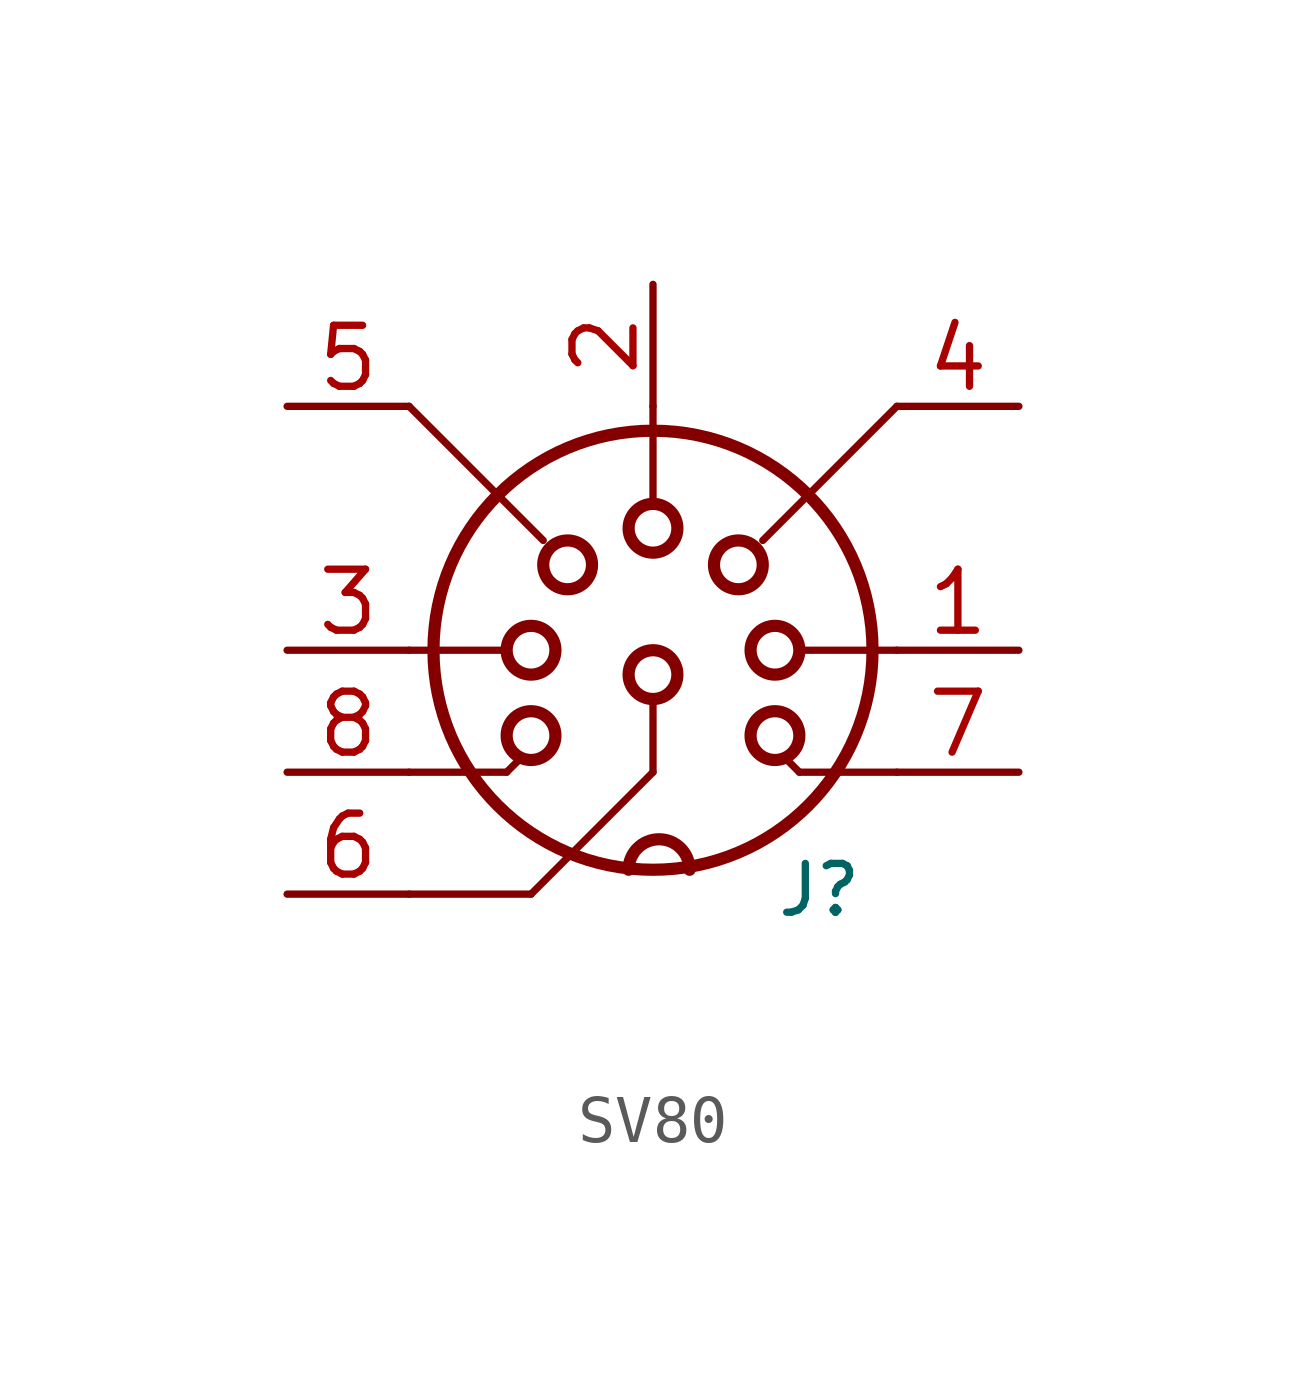
<source format=kicad_sym>
(kicad_symbol_lib
  (version 20220914)
  (generator kicad_symbol_editor)
  (symbol "SV80"
    (property "Reference" "J"
      (at 2.54 -5.588 0)
      (effects (font (size 1.016 1.016)) (justify left bottom)))
    (property "Value" ""
      (at 2.54 -7.366 0)
      (effects (font (size 1.016 1.016)) (justify left bottom)))
    (property "ki_locked" ""
      (at 0 0 0)
      (effects (font (size 1.27 1.27))))
    (symbol "SV80_1_0"
      (circle (center -2.54 -1.778) (radius 0.508) (stroke (width 0.254) (type solid)) (fill (type none)))
      (circle (center -2.54 0) (radius 0.508) (stroke (width 0.254) (type solid)) (fill (type none)))
      (circle (center -1.778 1.778) (radius 0.508) (stroke (width 0.254) (type solid)) (fill (type none)))
      (circle (center 0 -0.508) (radius 0.508) (stroke (width 0.254) (type solid)) (fill (type none)))
      (polyline (pts (xy -5.08 -2.54) (xy -3.048 -2.54)) (stroke (width 0.152) (type solid)) (fill (type none)))
      (polyline (pts (xy -5.08 0) (xy -3.048 0)) (stroke (width 0.152) (type solid)) (fill (type none)))
      (polyline (pts (xy -5.08 5.08) (xy -2.286 2.286)) (stroke (width 0.152) (type solid)) (fill (type none)))
      (polyline (pts (xy -3.048 -2.54) (xy -2.794 -2.286)) (stroke (width 0.152) (type solid)) (fill (type none)))
      (polyline (pts (xy -2.54 -5.08) (xy -5.08 -5.08)) (stroke (width 0.152) (type solid)) (fill (type none)))
      (polyline (pts (xy 0 -2.54) (xy -2.54 -5.08)) (stroke (width 0.152) (type solid)) (fill (type none)))
      (polyline (pts (xy 0 -2.54) (xy 0 -1.016)) (stroke (width 0.152) (type solid)) (fill (type none)))
      (polyline (pts (xy 0 5.08) (xy 0 3.048)) (stroke (width 0.152) (type solid)) (fill (type none)))
      (polyline (pts (xy 2.286 2.286) (xy 5.08 5.08)) (stroke (width 0.152) (type solid)) (fill (type none)))
      (polyline (pts (xy 3.048 -2.54) (xy 2.794 -2.286)) (stroke (width 0.152) (type solid)) (fill (type none)))
      (polyline (pts (xy 5.08 -2.54) (xy 3.048 -2.54)) (stroke (width 0.152) (type solid)) (fill (type none)))
      (polyline (pts (xy 5.08 0) (xy 3.048 0)) (stroke (width 0.152) (type solid)) (fill (type none)))
      (circle (center 0 0) (radius 4.572) (stroke (width 0.254) (type solid)) (fill (type none)))
      (circle (center 0 2.54) (radius 0.508) (stroke (width 0.254) (type solid)) (fill (type none)))
      (arc (start 0.762 -4.572) (mid 0.127 -3.9397) (end -0.508 -4.572) (stroke (width 0.254) (type solid)) (fill (type none)))
      (circle (center 1.778 1.778) (radius 0.508) (stroke (width 0.254) (type solid)) (fill (type none)))
      (circle (center 2.54 -1.778) (radius 0.508) (stroke (width 0.254) (type solid)) (fill (type none)))
      (circle (center 2.54 0) (radius 0.508) (stroke (width 0.254) (type solid)) (fill (type none)))
      (pin bidirectional line (at 7.62 0 180) (length 2.54) (name "1" (effects (font (size 0 0)))) (number "1" (effects (font (size 1.27 1.27)))))
      (pin bidirectional line (at 0 7.62 270) (length 2.54) (name "2" (effects (font (size 0 0)))) (number "2" (effects (font (size 1.27 1.27)))))
      (pin bidirectional line (at -7.62 0 0) (length 2.54) (name "3" (effects (font (size 0 0)))) (number "3" (effects (font (size 1.27 1.27)))))
      (pin bidirectional line (at 7.62 5.08 180) (length 2.54) (name "4" (effects (font (size 0 0)))) (number "4" (effects (font (size 1.27 1.27)))))
      (pin bidirectional line (at -7.62 5.08 0) (length 2.54) (name "5" (effects (font (size 0 0)))) (number "5" (effects (font (size 1.27 1.27)))))
      (pin bidirectional line (at -7.62 -5.08 0) (length 2.54) (name "6" (effects (font (size 0 0)))) (number "6" (effects (font (size 1.27 1.27)))))
      (pin bidirectional line (at 7.62 -2.54 180) (length 2.54) (name "7" (effects (font (size 0 0)))) (number "7" (effects (font (size 1.27 1.27)))))
      (pin bidirectional line (at -7.62 -2.54 0) (length 2.54) (name "8" (effects (font (size 0 0)))) (number "8" (effects (font (size 1.27 1.27))))))))
</source>
